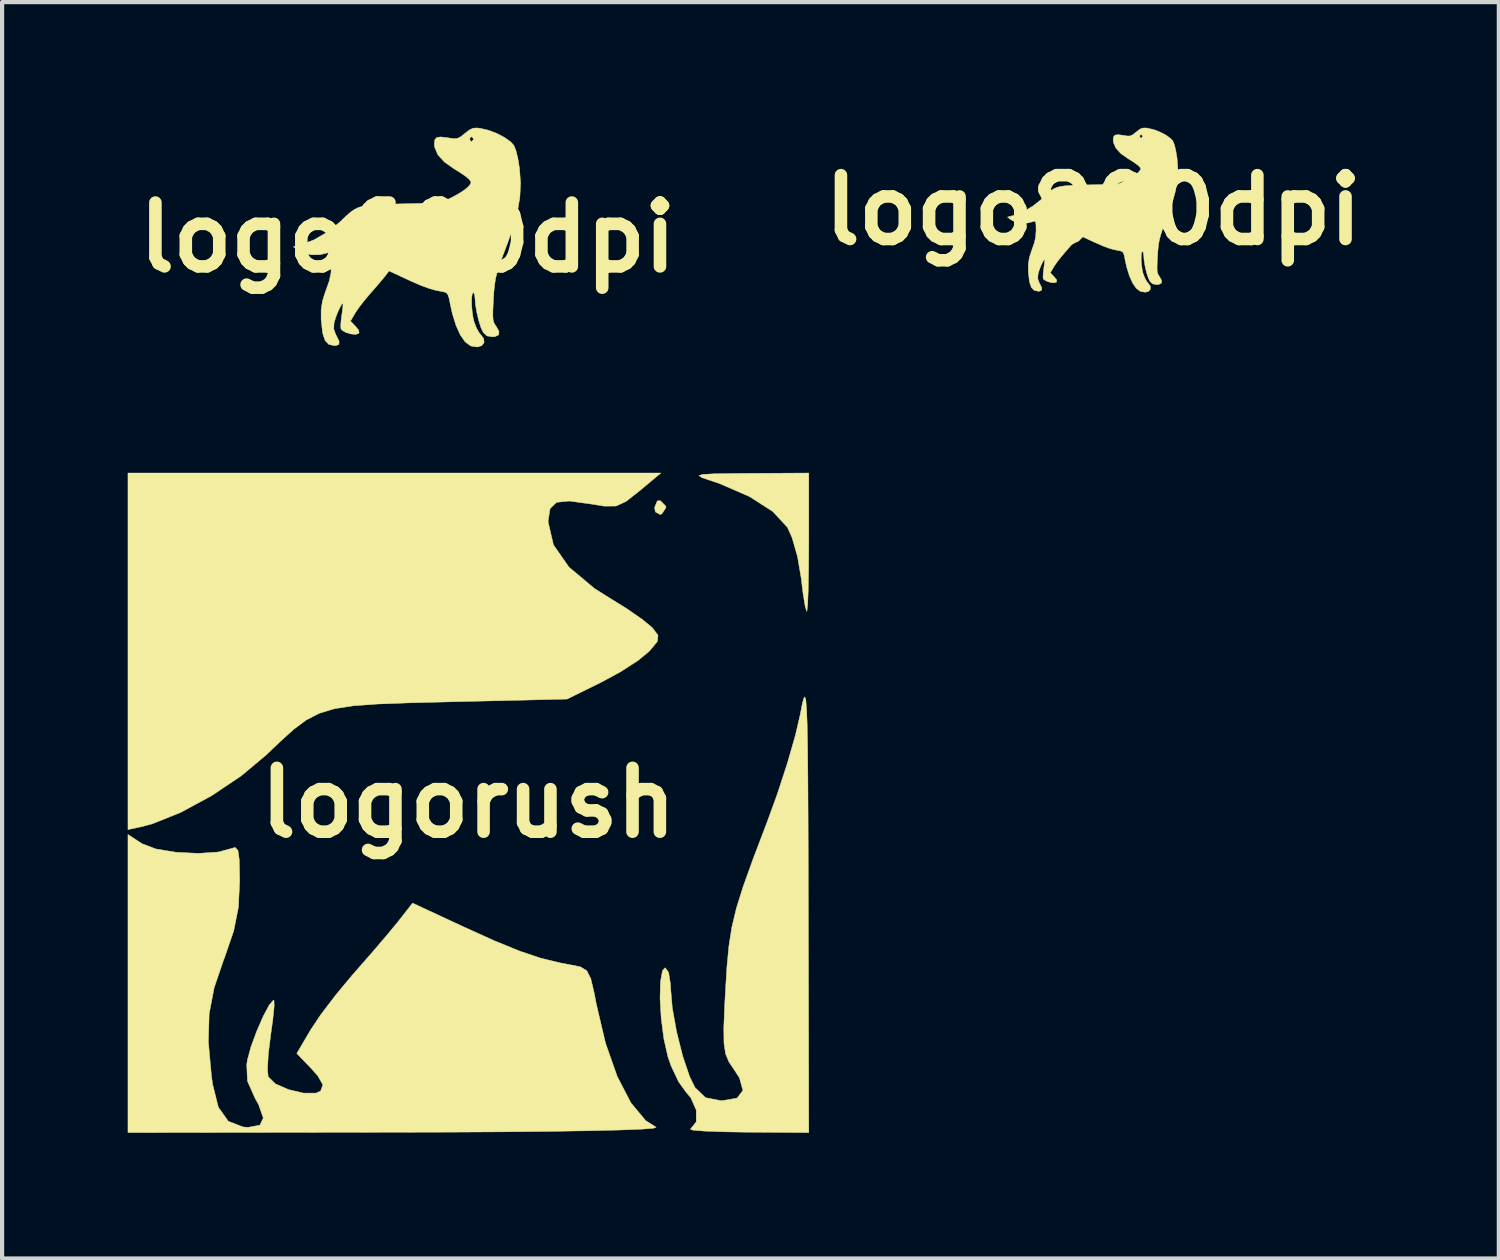
<source format=kicad_pcb>
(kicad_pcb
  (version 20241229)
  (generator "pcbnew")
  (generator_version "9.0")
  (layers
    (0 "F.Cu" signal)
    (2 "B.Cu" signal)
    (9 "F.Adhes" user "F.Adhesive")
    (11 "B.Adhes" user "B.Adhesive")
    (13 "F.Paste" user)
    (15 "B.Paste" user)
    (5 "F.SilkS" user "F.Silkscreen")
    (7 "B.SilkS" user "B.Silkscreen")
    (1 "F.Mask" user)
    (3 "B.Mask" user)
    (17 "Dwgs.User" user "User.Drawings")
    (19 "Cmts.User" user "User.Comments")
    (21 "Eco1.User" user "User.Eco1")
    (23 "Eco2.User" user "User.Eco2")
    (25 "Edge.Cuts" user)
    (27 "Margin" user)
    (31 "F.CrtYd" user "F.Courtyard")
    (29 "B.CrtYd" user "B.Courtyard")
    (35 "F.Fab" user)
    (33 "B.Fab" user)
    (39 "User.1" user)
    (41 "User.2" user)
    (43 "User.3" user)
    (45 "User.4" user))
  (footprint "logo800dpi"
    (layer "F.Cu")
    (at 23.052 1.967)
    (property "Reference" "logo800dpi" (at 0 0 0) (layer "F.SilkS") (effects (font (size 1.524 1.524) (thickness 0.3))))
    (attr through_hole)
    (fp_poly (pts (xy 1.3 -1.956) (xy 1.447 -1.922) (xy 1.599 -1.863) (xy 1.739 -1.79) (xy 1.848 -1.71) (xy 1.901 -1.65) (xy 1.938 -1.56) (xy 1.972 -1.42) (xy 2.001 -1.244) (xy 2.002 -1.234) (xy 2.021 -0.975) (xy 2.009 -0.718) (xy 1.962 -0.45) (xy 1.88 -0.157) (xy 1.782 0.117) (xy 1.704 0.323) (xy 1.645 0.484) (xy 1.604 0.615) (xy 1.575 0.729) (xy 1.557 0.842) (xy 1.544 0.966) (xy 1.535 1.117) (xy 1.534 1.137) (xy 1.526 1.294) (xy 1.524 1.402) (xy 1.53 1.475) (xy 1.545 1.527) (xy 1.571 1.571) (xy 1.585 1.591) (xy 1.635 1.682) (xy 1.629 1.743) (xy 1.567 1.774) (xy 1.513 1.778) (xy 1.418 1.761) (xy 1.355 1.703) (xy 1.353 1.699) (xy 1.312 1.612) (xy 1.271 1.484) (xy 1.237 1.338) (xy 1.214 1.196) (xy 1.207 1.103) (xy 1.199 1.027) (xy 1.18 0.986) (xy 1.175 0.984) (xy 1.155 1.013) (xy 1.145 1.088) (xy 1.145 1.194) (xy 1.154 1.314) (xy 1.171 1.432) (xy 1.19 1.513) (xy 1.23 1.617) (xy 1.278 1.702) (xy 1.301 1.73) (xy 1.362 1.811) (xy 1.367 1.883) (xy 1.327 1.936) (xy 1.25 1.96) (xy 1.145 1.945) (xy 1.121 1.936) (xy 1.029 1.869) (xy 0.943 1.745) (xy 0.865 1.573) (xy 0.799 1.362) (xy 0.763 1.199) (xy 0.741 1.087) (xy 0.72 1.021) (xy 0.69 0.988) (xy 0.641 0.972) (xy 0.608 0.966) (xy 0.489 0.942) (xy 0.37 0.908) (xy 0.234 0.857) (xy 0.067 0.784) (xy -0.032 0.739) (xy -0.333 0.598) (xy -0.413 0.7) (xy -0.472 0.772) (xy -0.557 0.873) (xy -0.653 0.982) (xy -0.676 1.009) (xy -0.773 1.124) (xy -0.865 1.242) (xy -0.933 1.34) (xy -0.942 1.356) (xy -1.024 1.496) (xy -0.935 1.59) (xy -0.879 1.657) (xy -0.87 1.701) (xy -0.882 1.72) (xy -0.935 1.736) (xy -1.019 1.727) (xy -1.107 1.699) (xy -1.175 1.661) (xy -1.195 1.636) (xy -1.199 1.583) (xy -1.193 1.489) (xy -1.181 1.391) (xy -1.166 1.286) (xy -1.159 1.21) (xy -1.16 1.18) (xy -1.181 1.194) (xy -1.214 1.252) (xy -1.252 1.336) (xy -1.288 1.428) (xy -1.314 1.512) (xy -1.318 1.533) (xy -1.324 1.637) (xy -1.289 1.735) (xy -1.273 1.764) (xy -1.229 1.857) (xy -1.232 1.912) (xy -1.283 1.935) (xy -1.313 1.937) (xy -1.411 1.915) (xy -1.478 1.846) (xy -1.519 1.724) (xy -1.527 1.679) (xy -1.55 1.468) (xy -1.55 1.294) (xy -1.526 1.137) (xy -1.475 0.975) (xy -1.461 0.937) (xy -1.404 0.776) (xy -1.374 0.636) (xy -1.365 0.485) (xy -1.365 0.472) (xy -1.367 0.356) (xy -1.374 0.291) (xy -1.389 0.266) (xy -1.416 0.269) (xy -1.421 0.271) (xy -1.565 0.307) (xy -1.721 0.309) (xy -1.868 0.28) (xy -1.975 0.224) (xy -2.047 0.165) (xy -1.904 0.127) (xy -1.676 0.041) (xy -1.444 -0.095) (xy -1.226 -0.267) (xy -1.198 -0.294) (xy -1.105 -0.383) (xy -1.026 -0.452) (xy -0.953 -0.504) (xy -0.874 -0.541) (xy -0.78 -0.566) (xy -0.662 -0.582) (xy -0.507 -0.591) (xy -0.308 -0.598) (xy -0.11 -0.603) (xy 0.589 -0.619) (xy 0.796 -0.721) (xy 0.911 -0.784) (xy 1.013 -0.85) (xy 1.078 -0.903) (xy 1.126 -0.96) (xy 1.133 -0.997) (xy 1.102 -1.04) (xy 1.098 -1.045) (xy 1.044 -1.09) (xy 0.953 -1.154) (xy 0.844 -1.222) (xy 0.835 -1.227) (xy 0.658 -1.351) (xy 0.54 -1.482) (xy 0.482 -1.617) (xy 0.476 -1.675) (xy 0.485 -1.751) (xy 0.495 -1.762) (xy 1.111 -1.762) (xy 1.127 -1.723) (xy 1.145 -1.721) (xy 1.178 -1.753) (xy 1.18 -1.762) (xy 1.155 -1.799) (xy 1.145 -1.804) (xy 1.116 -1.788) (xy 1.111 -1.762) (xy 0.495 -1.762) (xy 0.521 -1.791) (xy 0.593 -1.802) (xy 0.713 -1.787) (xy 0.729 -1.784) (xy 0.826 -1.769) (xy 0.892 -1.774) (xy 0.953 -1.807) (xy 1.025 -1.865) (xy 1.108 -1.929) (xy 1.173 -1.959) (xy 1.246 -1.962) (xy 1.3 -1.956)) (stroke (width 0.01) (type solid)) (fill yes) (layer "F.SilkS")))
  (footprint "logo600dpi"
    (layer "F.Cu")
    (at 6.684 2.621)
    (property "Reference" "logo600dpi" (at 0 0 0) (layer "F.SilkS") (effects (font (size 1.524 1.524) (thickness 0.3))))
    (attr through_hole)
    (fp_poly (pts (xy 1.733 -2.607) (xy 1.929 -2.562) (xy 2.132 -2.484) (xy 2.318 -2.386) (xy 2.464 -2.28) (xy 2.535 -2.2) (xy 2.584 -2.08) (xy 2.63 -1.893) (xy 2.668 -1.659) (xy 2.67 -1.646) (xy 2.695 -1.3) (xy 2.678 -0.957) (xy 2.616 -0.599) (xy 2.507 -0.209) (xy 2.376 0.156) (xy 2.272 0.431) (xy 2.194 0.646) (xy 2.138 0.82) (xy 2.1 0.973) (xy 2.076 1.122) (xy 2.059 1.288) (xy 2.046 1.489) (xy 2.045 1.516) (xy 2.035 1.725) (xy 2.033 1.869) (xy 2.04 1.967) (xy 2.06 2.036) (xy 2.094 2.095) (xy 2.114 2.122) (xy 2.18 2.242) (xy 2.172 2.324) (xy 2.089 2.365) (xy 2.017 2.371) (xy 1.891 2.348) (xy 1.807 2.27) (xy 1.804 2.266) (xy 1.749 2.149) (xy 1.695 1.978) (xy 1.649 1.783) (xy 1.618 1.595) (xy 1.609 1.471) (xy 1.599 1.369) (xy 1.574 1.315) (xy 1.566 1.312) (xy 1.54 1.351) (xy 1.527 1.451) (xy 1.526 1.592) (xy 1.538 1.752) (xy 1.561 1.91) (xy 1.587 2.017) (xy 1.64 2.156) (xy 1.704 2.27) (xy 1.735 2.307) (xy 1.816 2.415) (xy 1.823 2.511) (xy 1.769 2.581) (xy 1.667 2.614) (xy 1.526 2.594) (xy 1.494 2.582) (xy 1.372 2.491) (xy 1.257 2.327) (xy 1.153 2.098) (xy 1.065 1.815) (xy 1.018 1.599) (xy 0.988 1.449) (xy 0.959 1.362) (xy 0.919 1.317) (xy 0.854 1.296) (xy 0.81 1.289) (xy 0.652 1.256) (xy 0.493 1.21) (xy 0.313 1.143) (xy 0.089 1.046) (xy -0.042 0.985) (xy -0.445 0.798) (xy -0.55 0.934) (xy -0.629 1.03) (xy -0.743 1.164) (xy -0.87 1.31) (xy -0.902 1.346) (xy -1.031 1.499) (xy -1.153 1.656) (xy -1.244 1.787) (xy -1.256 1.808) (xy -1.366 1.995) (xy -1.246 2.119) (xy -1.172 2.21) (xy -1.16 2.269) (xy -1.176 2.293) (xy -1.247 2.314) (xy -1.359 2.302) (xy -1.476 2.266) (xy -1.566 2.215) (xy -1.593 2.181) (xy -1.599 2.111) (xy -1.591 1.986) (xy -1.574 1.855) (xy -1.555 1.715) (xy -1.545 1.613) (xy -1.547 1.573) (xy -1.574 1.593) (xy -1.618 1.67) (xy -1.67 1.781) (xy -1.717 1.904) (xy -1.752 2.015) (xy -1.758 2.044) (xy -1.765 2.183) (xy -1.719 2.314) (xy -1.697 2.352) (xy -1.638 2.476) (xy -1.642 2.55) (xy -1.711 2.58) (xy -1.751 2.582) (xy -1.882 2.553) (xy -1.971 2.461) (xy -2.026 2.298) (xy -2.036 2.239) (xy -2.067 1.957) (xy -2.067 1.726) (xy -2.035 1.517) (xy -1.967 1.3) (xy -1.947 1.249) (xy -1.872 1.034) (xy -1.832 0.848) (xy -1.82 0.647) (xy -1.82 0.629) (xy -1.822 0.474) (xy -1.831 0.388) (xy -1.852 0.354) (xy -1.888 0.358) (xy -1.894 0.361) (xy -2.086 0.409) (xy -2.295 0.413) (xy -2.49 0.373) (xy -2.633 0.298) (xy -2.729 0.22) (xy -2.539 0.17) (xy -2.234 0.054) (xy -1.925 -0.126) (xy -1.635 -0.356) (xy -1.598 -0.391) (xy -1.473 -0.511) (xy -1.368 -0.603) (xy -1.27 -0.672) (xy -1.165 -0.721) (xy -1.041 -0.754) (xy -0.882 -0.775) (xy -0.676 -0.788) (xy -0.41 -0.797) (xy -0.147 -0.804) (xy 0.785 -0.826) (xy 1.061 -0.961) (xy 1.215 -1.045) (xy 1.351 -1.133) (xy 1.437 -1.204) (xy 1.502 -1.28) (xy 1.511 -1.33) (xy 1.469 -1.387) (xy 1.464 -1.393) (xy 1.392 -1.454) (xy 1.271 -1.539) (xy 1.126 -1.629) (xy 1.113 -1.637) (xy 0.878 -1.802) (xy 0.72 -1.976) (xy 0.643 -2.156) (xy 0.635 -2.234) (xy 0.647 -2.334) (xy 0.661 -2.349) (xy 1.482 -2.349) (xy 1.503 -2.297) (xy 1.527 -2.294) (xy 1.571 -2.338) (xy 1.573 -2.349) (xy 1.54 -2.399) (xy 1.527 -2.405) (xy 1.489 -2.384) (xy 1.482 -2.349) (xy 0.661 -2.349) (xy 0.694 -2.388) (xy 0.79 -2.402) (xy 0.95 -2.383) (xy 0.971 -2.379) (xy 1.102 -2.359) (xy 1.189 -2.366) (xy 1.27 -2.409) (xy 1.366 -2.486) (xy 1.478 -2.572) (xy 1.564 -2.611) (xy 1.661 -2.616) (xy 1.733 -2.607)) (stroke (width 0.01) (type solid)) (fill yes) (layer "F.SilkS")))
  (footprint "logorush"
    (layer "F.Cu")
    (at 8.133 16.118)
    (property "Reference" "logorush" (at 0 0 0) (layer "F.SilkS") (effects (font (size 1.524 1.524) (thickness 0.3))))
    (attr through_hole)
    (fp_poly (pts (xy 4.713 -7.084) (xy 4.718 -7.048) (xy 4.619 -6.9) (xy 4.582 -6.882) (xy 4.466 -6.944) (xy 4.445 -7.048) (xy 4.509 -7.207) (xy 4.582 -7.215) (xy 4.713 -7.084)) (stroke (width 0.01) (type solid)) (fill yes) (layer "F.SilkS"))
    (fp_poly (pts (xy 8.128 -6.223) (xy 8.124 -5.609) (xy 8.115 -5.098) (xy 8.101 -4.738) (xy 8.083 -4.576) (xy 8.079 -4.572) (xy 8.042 -4.687) (xy 7.992 -4.988) (xy 7.944 -5.377) (xy 7.859 -5.876) (xy 7.728 -6.333) (xy 7.617 -6.578) (xy 7.27 -6.953) (xy 6.715 -7.31) (xy 5.999 -7.622) (xy 5.779 -7.696) (xy 5.576 -7.765) (xy 5.505 -7.812) (xy 5.594 -7.84) (xy 5.869 -7.856) (xy 6.357 -7.863) (xy 6.699 -7.866) (xy 8.128 -7.874) (xy 8.128 -6.223)) (stroke (width 0.01) (type solid)) (fill yes) (layer "F.SilkS"))
    (fp_poly (pts (xy 4.083 -7.446) (xy 3.767 -7.197) (xy 3.527 -7.086) (xy 3.246 -7.083) (xy 2.914 -7.136) (xy 2.411 -7.205) (xy 2.105 -7.175) (xy 1.951 -7.026) (xy 1.905 -6.74) (xy 1.905 -6.701) (xy 2.031 -6.159) (xy 2.401 -5.628) (xy 3.008 -5.119) (xy 3.339 -4.91) (xy 3.777 -4.639) (xy 4.15 -4.381) (xy 4.382 -4.19) (xy 4.393 -4.179) (xy 4.528 -4) (xy 4.513 -3.853) (xy 4.333 -3.635) (xy 4.312 -3.613) (xy 4.043 -3.392) (xy 3.632 -3.128) (xy 3.183 -2.884) (xy 2.356 -2.477) (xy -0.441 -2.411) (xy -1.412 -2.387) (xy -2.169 -2.359) (xy -2.754 -2.316) (xy -3.206 -2.245) (xy -3.566 -2.135) (xy -3.874 -1.975) (xy -4.172 -1.753) (xy -4.5 -1.456) (xy -4.817 -1.152) (xy -5.423 -0.644) (xy -6.132 -0.169) (xy -6.865 0.228) (xy -7.541 0.5) (xy -7.779 0.564) (xy -8.128 0.64) (xy -8.128 -7.874) (xy 4.596 -7.874) (xy 4.083 -7.446)) (stroke (width 0.01) (type solid)) (fill yes) (layer "F.SilkS"))
    (fp_poly (pts (xy 8.057 -2.453) (xy 8.075 -2.24) (xy 8.089 -1.873) (xy 8.099 -1.335) (xy 8.106 -0.608) (xy 8.111 0.325) (xy 8.115 1.483) (xy 8.117 2.381) (xy 8.128 7.874) (xy 6.636 7.864) (xy 6.073 7.855) (xy 5.634 7.838) (xy 5.362 7.816) (xy 5.3 7.791) (xy 5.302 7.79) (xy 5.44 7.618) (xy 5.44 7.336) (xy 5.31 7.04) (xy 5.206 6.92) (xy 5.021 6.664) (xy 4.837 6.274) (xy 4.761 6.052) (xy 4.666 5.628) (xy 4.604 5.147) (xy 4.576 4.674) (xy 4.586 4.273) (xy 4.634 4.008) (xy 4.699 3.937) (xy 4.781 4.049) (xy 4.825 4.327) (xy 4.828 4.413) (xy 4.869 4.897) (xy 4.973 5.473) (xy 5.118 6.05) (xy 5.283 6.537) (xy 5.411 6.798) (xy 5.663 7.04) (xy 6.034 7.112) (xy 6.051 7.112) (xy 6.414 7.051) (xy 6.555 6.868) (xy 6.472 6.567) (xy 6.341 6.365) (xy 6.218 6.182) (xy 6.141 5.994) (xy 6.103 5.745) (xy 6.098 5.379) (xy 6.119 4.84) (xy 6.135 4.547) (xy 6.172 3.927) (xy 6.22 3.419) (xy 6.291 2.966) (xy 6.4 2.512) (xy 6.561 1.998) (xy 6.787 1.368) (xy 7.092 0.565) (xy 7.126 0.478) (xy 7.381 -0.225) (xy 7.617 -0.949) (xy 7.807 -1.609) (xy 7.926 -2.12) (xy 7.927 -2.125) (xy 7.97 -2.349) (xy 8.005 -2.489) (xy 8.034 -2.53) (xy 8.057 -2.453)) (stroke (width 0.01) (type solid)) (fill yes) (layer "F.SilkS"))
    (fp_poly (pts (xy -7.792 0.976) (xy -7.459 1.102) (xy -6.977 1.181) (xy -6.447 1.207) (xy -5.971 1.175) (xy -5.683 1.097) (xy -5.568 1.065) (xy -5.501 1.138) (xy -5.47 1.364) (xy -5.461 1.79) (xy -5.461 1.888) (xy -5.492 2.501) (xy -5.603 3.059) (xy -5.82 3.691) (xy -5.842 3.746) (xy -6.069 4.412) (xy -6.189 5.037) (xy -6.208 5.709) (xy -6.135 6.515) (xy -6.107 6.718) (xy -5.969 7.269) (xy -5.732 7.603) (xy -5.377 7.74) (xy -5.254 7.747) (xy -4.978 7.695) (xy -4.897 7.524) (xy -5.008 7.208) (xy -5.092 7.056) (xy -5.275 6.646) (xy -5.292 6.25) (xy -5.274 6.132) (xy -5.19 5.822) (xy -5.055 5.457) (xy -4.902 5.104) (xy -4.759 4.834) (xy -4.658 4.714) (xy -4.641 4.718) (xy -4.637 4.857) (xy -4.669 5.174) (xy -4.723 5.565) (xy -4.778 6.011) (xy -4.796 6.369) (xy -4.779 6.542) (xy -4.608 6.709) (xy -4.294 6.847) (xy -3.936 6.931) (xy -3.637 6.931) (xy -3.527 6.88) (xy -3.474 6.732) (xy -3.595 6.519) (xy -3.738 6.358) (xy -4.097 5.984) (xy -3.769 5.425) (xy -3.525 5.059) (xy -3.174 4.597) (xy -2.784 4.127) (xy -2.705 4.037) (xy -2.322 3.6) (xy -1.964 3.182) (xy -1.696 2.858) (xy -1.651 2.801) (xy -1.333 2.394) (xy -0.127 2.955) (xy 0.629 3.297) (xy 1.225 3.54) (xy 1.725 3.708) (xy 2.193 3.822) (xy 2.431 3.866) (xy 2.677 3.917) (xy 2.828 4.009) (xy 2.924 4.201) (xy 3.007 4.554) (xy 3.053 4.797) (xy 3.274 5.737) (xy 3.555 6.535) (xy 3.88 7.163) (xy 4.234 7.588) (xy 4.483 7.745) (xy 4.422 7.77) (xy 4.123 7.793) (xy 3.598 7.813) (xy 2.864 7.83) (xy 1.934 7.845) (xy 0.823 7.856) (xy -0.454 7.863) (xy -1.683 7.866) (xy -8.128 7.874) (xy -8.128 0.756) (xy -7.792 0.976)) (stroke (width 0.01) (type solid)) (fill yes) (layer "F.SilkS")))
  (gr_rect
    (start -3 -3)
    (end 32.736 26.997)
    (stroke (width 0.1) (type default))
    (fill no)
    (layer "Edge.Cuts")))
</source>
